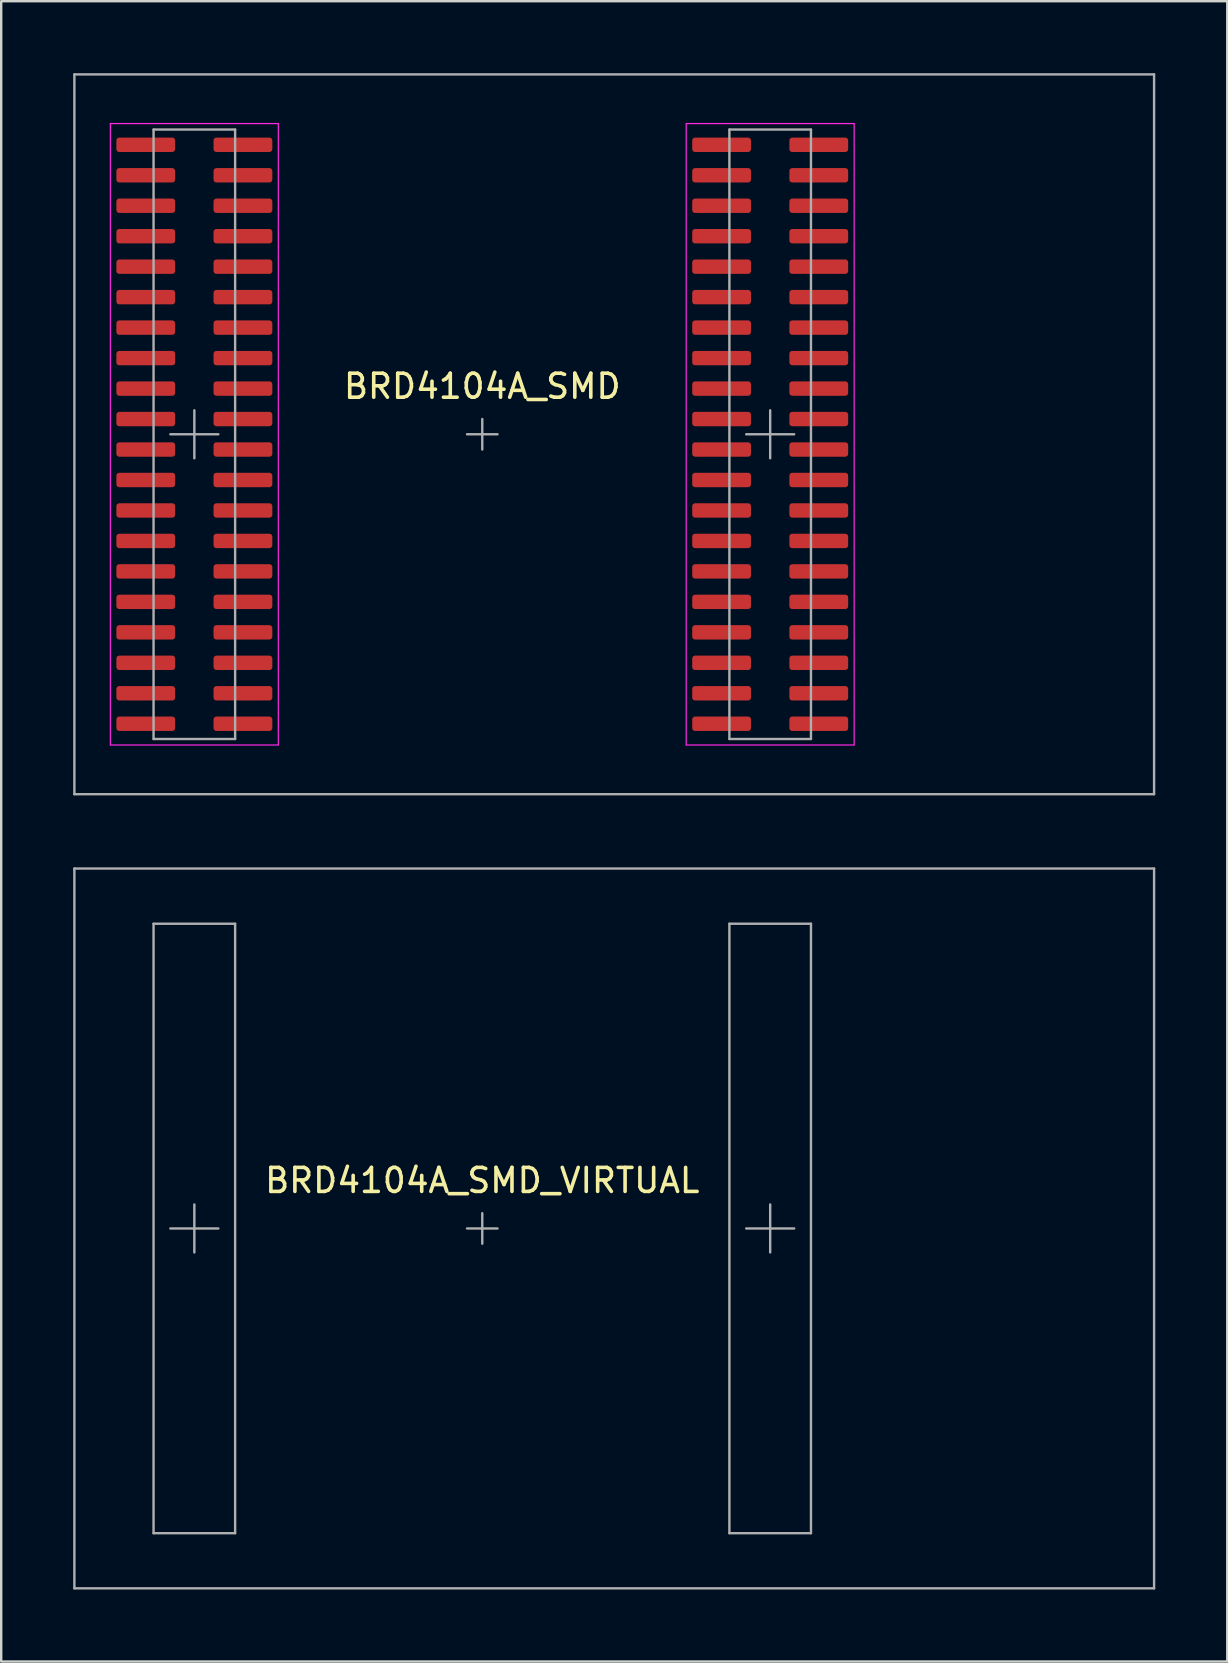
<source format=kicad_pcb>
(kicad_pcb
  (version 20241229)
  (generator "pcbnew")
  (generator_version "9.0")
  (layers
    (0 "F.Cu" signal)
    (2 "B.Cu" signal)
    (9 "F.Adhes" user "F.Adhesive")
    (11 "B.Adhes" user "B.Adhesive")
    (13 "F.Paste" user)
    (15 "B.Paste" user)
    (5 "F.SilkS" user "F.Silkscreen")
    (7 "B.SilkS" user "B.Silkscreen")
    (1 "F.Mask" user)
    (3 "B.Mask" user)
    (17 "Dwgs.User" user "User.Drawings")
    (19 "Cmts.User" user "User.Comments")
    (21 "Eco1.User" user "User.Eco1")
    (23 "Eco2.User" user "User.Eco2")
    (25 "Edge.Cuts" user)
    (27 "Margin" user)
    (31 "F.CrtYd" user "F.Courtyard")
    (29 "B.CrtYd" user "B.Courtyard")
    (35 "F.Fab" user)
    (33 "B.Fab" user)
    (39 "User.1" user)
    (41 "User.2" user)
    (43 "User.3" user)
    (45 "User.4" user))
  (footprint "BRD4104A_SMD"
    (layer "F.Cu")
    (at 17.05 15.05)
    (property "Reference" "BRD4104A_SMD" (at 0 -2 0) (layer "F.SilkS") (effects (font (size 1 1) (thickness 0.15))))
    (attr smd)
    (fp_line (start -15.5 -12.95) (end -15.5 12.95) (stroke (width 0.05) (type solid)) (layer "F.CrtYd"))
    (fp_line (start -15.5 12.95) (end -8.5 12.95) (stroke (width 0.05) (type solid)) (layer "F.CrtYd"))
    (fp_line (start -8.5 -12.95) (end -15.5 -12.95) (stroke (width 0.05) (type solid)) (layer "F.CrtYd"))
    (fp_line (start -8.5 12.95) (end -8.5 -12.95) (stroke (width 0.05) (type solid)) (layer "F.CrtYd"))
    (fp_line (start 8.5 -12.95) (end 8.5 12.95) (stroke (width 0.05) (type solid)) (layer "F.CrtYd"))
    (fp_line (start 8.5 12.95) (end 15.5 12.95) (stroke (width 0.05) (type solid)) (layer "F.CrtYd"))
    (fp_line (start 15.5 -12.95) (end 8.5 -12.95) (stroke (width 0.05) (type solid)) (layer "F.CrtYd"))
    (fp_line (start 15.5 12.95) (end 15.5 -12.95) (stroke (width 0.05) (type solid)) (layer "F.CrtYd"))
    (fp_line (start -17 -15) (end -17 15) (stroke (width 0.1) (type solid)) (layer "F.Fab"))
    (fp_line (start -17 15) (end 28 15) (stroke (width 0.1) (type solid)) (layer "F.Fab"))
    (fp_line (start -13.7 -12.7) (end -13.7 12.7) (stroke (width 0.1) (type solid)) (layer "F.Fab"))
    (fp_line (start -13.7 12.7) (end -10.3 12.7) (stroke (width 0.1) (type solid)) (layer "F.Fab"))
    (fp_line (start -13 0) (end -11 0) (stroke (width 0.1) (type solid)) (layer "F.Fab"))
    (fp_line (start -12 -1) (end -12 1) (stroke (width 0.1) (type solid)) (layer "F.Fab"))
    (fp_line (start -10.3 -12.7) (end -13.7 -12.7) (stroke (width 0.1) (type solid)) (layer "F.Fab"))
    (fp_line (start -10.3 12.7) (end -10.3 -12.7) (stroke (width 0.1) (type solid)) (layer "F.Fab"))
    (fp_line (start -0.635 0) (end 0.635 0) (stroke (width 0.1) (type solid)) (layer "F.Fab"))
    (fp_line (start 0 -0.635) (end 0 0.635) (stroke (width 0.1) (type solid)) (layer "F.Fab"))
    (fp_line (start 10.3 -12.7) (end 10.3 12.7) (stroke (width 0.1) (type solid)) (layer "F.Fab"))
    (fp_line (start 10.3 12.7) (end 13.7 12.7) (stroke (width 0.1) (type solid)) (layer "F.Fab"))
    (fp_line (start 11 0) (end 13 0) (stroke (width 0.1) (type solid)) (layer "F.Fab"))
    (fp_line (start 12 -1) (end 12 1) (stroke (width 0.1) (type solid)) (layer "F.Fab"))
    (fp_line (start 13.7 -12.7) (end 10.3 -12.7) (stroke (width 0.1) (type solid)) (layer "F.Fab"))
    (fp_line (start 13.7 12.7) (end 13.7 -12.7) (stroke (width 0.1) (type solid)) (layer "F.Fab"))
    (fp_line (start 28 -15) (end -17 -15) (stroke (width 0.1) (type solid)) (layer "F.Fab"))
    (fp_line (start 28 15) (end 28 -15) (stroke (width 0.1) (type solid)) (layer "F.Fab"))
    (pad "P200-1" smd roundrect (at 9.975 -12.065) (size 2.45 0.6) (layers "F.Cu" "F.Mask" "F.Paste") (roundrect_rratio 0.2))
    (pad "P200-2" smd roundrect (at 14.025 -12.065) (size 2.45 0.6) (layers "F.Cu" "F.Mask" "F.Paste") (roundrect_rratio 0.2))
    (pad "P200-3" smd roundrect (at 9.975 -10.795) (size 2.45 0.6) (layers "F.Cu" "F.Mask" "F.Paste") (roundrect_rratio 0.2))
    (pad "P200-4" smd roundrect (at 14.025 -10.795) (size 2.45 0.6) (layers "F.Cu" "F.Mask" "F.Paste") (roundrect_rratio 0.2))
    (pad "P200-5" smd roundrect (at 9.975 -9.525) (size 2.45 0.6) (layers "F.Cu" "F.Mask" "F.Paste") (roundrect_rratio 0.2))
    (pad "P200-6" smd roundrect (at 14.025 -9.525) (size 2.45 0.6) (layers "F.Cu" "F.Mask" "F.Paste") (roundrect_rratio 0.2))
    (pad "P200-7" smd roundrect (at 9.975 -8.255) (size 2.45 0.6) (layers "F.Cu" "F.Mask" "F.Paste") (roundrect_rratio 0.2))
    (pad "P200-8" smd roundrect (at 14.025 -8.255) (size 2.45 0.6) (layers "F.Cu" "F.Mask" "F.Paste") (roundrect_rratio 0.2))
    (pad "P200-9" smd roundrect (at 9.975 -6.985) (size 2.45 0.6) (layers "F.Cu" "F.Mask" "F.Paste") (roundrect_rratio 0.2))
    (pad "P200-10" smd roundrect (at 14.025 -6.985) (size 2.45 0.6) (layers "F.Cu" "F.Mask" "F.Paste") (roundrect_rratio 0.2))
    (pad "P200-11" smd roundrect (at 9.975 -5.715) (size 2.45 0.6) (layers "F.Cu" "F.Mask" "F.Paste") (roundrect_rratio 0.2))
    (pad "P200-12" smd roundrect (at 14.025 -5.715) (size 2.45 0.6) (layers "F.Cu" "F.Mask" "F.Paste") (roundrect_rratio 0.2))
    (pad "P200-13" smd roundrect (at 9.975 -4.445) (size 2.45 0.6) (layers "F.Cu" "F.Mask" "F.Paste") (roundrect_rratio 0.2))
    (pad "P200-14" smd roundrect (at 14.025 -4.445) (size 2.45 0.6) (layers "F.Cu" "F.Mask" "F.Paste") (roundrect_rratio 0.2))
    (pad "P200-15" smd roundrect (at 9.975 -3.175) (size 2.45 0.6) (layers "F.Cu" "F.Mask" "F.Paste") (roundrect_rratio 0.2))
    (pad "P200-16" smd roundrect (at 14.025 -3.175) (size 2.45 0.6) (layers "F.Cu" "F.Mask" "F.Paste") (roundrect_rratio 0.2))
    (pad "P200-17" smd roundrect (at 9.975 -1.905) (size 2.45 0.6) (layers "F.Cu" "F.Mask" "F.Paste") (roundrect_rratio 0.2))
    (pad "P200-18" smd roundrect (at 14.025 -1.905) (size 2.45 0.6) (layers "F.Cu" "F.Mask" "F.Paste") (roundrect_rratio 0.2))
    (pad "P200-19" smd roundrect (at 9.975 -0.635) (size 2.45 0.6) (layers "F.Cu" "F.Mask" "F.Paste") (roundrect_rratio 0.2))
    (pad "P200-20" smd roundrect (at 14.025 -0.635) (size 2.45 0.6) (layers "F.Cu" "F.Mask" "F.Paste") (roundrect_rratio 0.2))
    (pad "P200-21" smd roundrect (at 9.975 0.635) (size 2.45 0.6) (layers "F.Cu" "F.Mask" "F.Paste") (roundrect_rratio 0.2))
    (pad "P200-22" smd roundrect (at 14.025 0.635) (size 2.45 0.6) (layers "F.Cu" "F.Mask" "F.Paste") (roundrect_rratio 0.2))
    (pad "P200-23" smd roundrect (at 9.975 1.905) (size 2.45 0.6) (layers "F.Cu" "F.Mask" "F.Paste") (roundrect_rratio 0.2))
    (pad "P200-24" smd roundrect (at 14.025 1.905) (size 2.45 0.6) (layers "F.Cu" "F.Mask" "F.Paste") (roundrect_rratio 0.2))
    (pad "P200-25" smd roundrect (at 9.975 3.175) (size 2.45 0.6) (layers "F.Cu" "F.Mask" "F.Paste") (roundrect_rratio 0.2))
    (pad "P200-26" smd roundrect (at 14.025 3.175) (size 2.45 0.6) (layers "F.Cu" "F.Mask" "F.Paste") (roundrect_rratio 0.2))
    (pad "P200-27" smd roundrect (at 9.975 4.445) (size 2.45 0.6) (layers "F.Cu" "F.Mask" "F.Paste") (roundrect_rratio 0.2))
    (pad "P200-28" smd roundrect (at 14.025 4.445) (size 2.45 0.6) (layers "F.Cu" "F.Mask" "F.Paste") (roundrect_rratio 0.2))
    (pad "P200-29" smd roundrect (at 9.975 5.715) (size 2.45 0.6) (layers "F.Cu" "F.Mask" "F.Paste") (roundrect_rratio 0.2))
    (pad "P200-30" smd roundrect (at 14.025 5.715) (size 2.45 0.6) (layers "F.Cu" "F.Mask" "F.Paste") (roundrect_rratio 0.2))
    (pad "P200-31" smd roundrect (at 9.975 6.985) (size 2.45 0.6) (layers "F.Cu" "F.Mask" "F.Paste") (roundrect_rratio 0.2))
    (pad "P200-32" smd roundrect (at 14.025 6.985) (size 2.45 0.6) (layers "F.Cu" "F.Mask" "F.Paste") (roundrect_rratio 0.2))
    (pad "P200-33" smd roundrect (at 9.975 8.255) (size 2.45 0.6) (layers "F.Cu" "F.Mask" "F.Paste") (roundrect_rratio 0.2))
    (pad "P200-34" smd roundrect (at 14.025 8.255) (size 2.45 0.6) (layers "F.Cu" "F.Mask" "F.Paste") (roundrect_rratio 0.2))
    (pad "P200-35" smd roundrect (at 9.975 9.525) (size 2.45 0.6) (layers "F.Cu" "F.Mask" "F.Paste") (roundrect_rratio 0.2))
    (pad "P200-36" smd roundrect (at 14.025 9.525) (size 2.45 0.6) (layers "F.Cu" "F.Mask" "F.Paste") (roundrect_rratio 0.2))
    (pad "P200-37" smd roundrect (at 9.975 10.795) (size 2.45 0.6) (layers "F.Cu" "F.Mask" "F.Paste") (roundrect_rratio 0.2))
    (pad "P200-38" smd roundrect (at 14.025 10.795) (size 2.45 0.6) (layers "F.Cu" "F.Mask" "F.Paste") (roundrect_rratio 0.2))
    (pad "P200-39" smd roundrect (at 9.975 12.065) (size 2.45 0.6) (layers "F.Cu" "F.Mask" "F.Paste") (roundrect_rratio 0.2))
    (pad "P200-40" smd roundrect (at 14.025 12.065) (size 2.45 0.6) (layers "F.Cu" "F.Mask" "F.Paste") (roundrect_rratio 0.2))
    (pad "P201-1" smd roundrect (at -14.025 -12.065) (size 2.45 0.6) (layers "F.Cu" "F.Mask" "F.Paste") (roundrect_rratio 0.2))
    (pad "P201-2" smd roundrect (at -9.975 -12.065) (size 2.45 0.6) (layers "F.Cu" "F.Mask" "F.Paste") (roundrect_rratio 0.2))
    (pad "P201-3" smd roundrect (at -14.025 -10.795) (size 2.45 0.6) (layers "F.Cu" "F.Mask" "F.Paste") (roundrect_rratio 0.2))
    (pad "P201-4" smd roundrect (at -9.975 -10.795) (size 2.45 0.6) (layers "F.Cu" "F.Mask" "F.Paste") (roundrect_rratio 0.2))
    (pad "P201-5" smd roundrect (at -14.025 -9.525) (size 2.45 0.6) (layers "F.Cu" "F.Mask" "F.Paste") (roundrect_rratio 0.2))
    (pad "P201-6" smd roundrect (at -9.975 -9.525) (size 2.45 0.6) (layers "F.Cu" "F.Mask" "F.Paste") (roundrect_rratio 0.2))
    (pad "P201-7" smd roundrect (at -14.025 -8.255) (size 2.45 0.6) (layers "F.Cu" "F.Mask" "F.Paste") (roundrect_rratio 0.2))
    (pad "P201-8" smd roundrect (at -9.975 -8.255) (size 2.45 0.6) (layers "F.Cu" "F.Mask" "F.Paste") (roundrect_rratio 0.2))
    (pad "P201-9" smd roundrect (at -14.025 -6.985) (size 2.45 0.6) (layers "F.Cu" "F.Mask" "F.Paste") (roundrect_rratio 0.2))
    (pad "P201-10" smd roundrect (at -9.975 -6.985) (size 2.45 0.6) (layers "F.Cu" "F.Mask" "F.Paste") (roundrect_rratio 0.2))
    (pad "P201-11" smd roundrect (at -14.025 -5.715) (size 2.45 0.6) (layers "F.Cu" "F.Mask" "F.Paste") (roundrect_rratio 0.2))
    (pad "P201-12" smd roundrect (at -9.975 -5.715) (size 2.45 0.6) (layers "F.Cu" "F.Mask" "F.Paste") (roundrect_rratio 0.2))
    (pad "P201-13" smd roundrect (at -14.025 -4.445) (size 2.45 0.6) (layers "F.Cu" "F.Mask" "F.Paste") (roundrect_rratio 0.2))
    (pad "P201-14" smd roundrect (at -9.975 -4.445) (size 2.45 0.6) (layers "F.Cu" "F.Mask" "F.Paste") (roundrect_rratio 0.2))
    (pad "P201-15" smd roundrect (at -14.025 -3.175) (size 2.45 0.6) (layers "F.Cu" "F.Mask" "F.Paste") (roundrect_rratio 0.2))
    (pad "P201-16" smd roundrect (at -9.975 -3.175) (size 2.45 0.6) (layers "F.Cu" "F.Mask" "F.Paste") (roundrect_rratio 0.2))
    (pad "P201-17" smd roundrect (at -14.025 -1.905) (size 2.45 0.6) (layers "F.Cu" "F.Mask" "F.Paste") (roundrect_rratio 0.2))
    (pad "P201-18" smd roundrect (at -9.975 -1.905) (size 2.45 0.6) (layers "F.Cu" "F.Mask" "F.Paste") (roundrect_rratio 0.2))
    (pad "P201-19" smd roundrect (at -14.025 -0.635) (size 2.45 0.6) (layers "F.Cu" "F.Mask" "F.Paste") (roundrect_rratio 0.2))
    (pad "P201-20" smd roundrect (at -9.975 -0.635) (size 2.45 0.6) (layers "F.Cu" "F.Mask" "F.Paste") (roundrect_rratio 0.2))
    (pad "P201-21" smd roundrect (at -14.025 0.635) (size 2.45 0.6) (layers "F.Cu" "F.Mask" "F.Paste") (roundrect_rratio 0.2))
    (pad "P201-22" smd roundrect (at -9.975 0.635) (size 2.45 0.6) (layers "F.Cu" "F.Mask" "F.Paste") (roundrect_rratio 0.2))
    (pad "P201-23" smd roundrect (at -14.025 1.905) (size 2.45 0.6) (layers "F.Cu" "F.Mask" "F.Paste") (roundrect_rratio 0.2))
    (pad "P201-24" smd roundrect (at -9.975 1.905) (size 2.45 0.6) (layers "F.Cu" "F.Mask" "F.Paste") (roundrect_rratio 0.2))
    (pad "P201-25" smd roundrect (at -14.025 3.175) (size 2.45 0.6) (layers "F.Cu" "F.Mask" "F.Paste") (roundrect_rratio 0.2))
    (pad "P201-26" smd roundrect (at -9.975 3.175) (size 2.45 0.6) (layers "F.Cu" "F.Mask" "F.Paste") (roundrect_rratio 0.2))
    (pad "P201-27" smd roundrect (at -14.025 4.445) (size 2.45 0.6) (layers "F.Cu" "F.Mask" "F.Paste") (roundrect_rratio 0.2))
    (pad "P201-28" smd roundrect (at -9.975 4.445) (size 2.45 0.6) (layers "F.Cu" "F.Mask" "F.Paste") (roundrect_rratio 0.2))
    (pad "P201-29" smd roundrect (at -14.025 5.715) (size 2.45 0.6) (layers "F.Cu" "F.Mask" "F.Paste") (roundrect_rratio 0.2))
    (pad "P201-30" smd roundrect (at -9.975 5.715) (size 2.45 0.6) (layers "F.Cu" "F.Mask" "F.Paste") (roundrect_rratio 0.2))
    (pad "P201-31" smd roundrect (at -14.025 6.985) (size 2.45 0.6) (layers "F.Cu" "F.Mask" "F.Paste") (roundrect_rratio 0.2))
    (pad "P201-32" smd roundrect (at -9.975 6.985) (size 2.45 0.6) (layers "F.Cu" "F.Mask" "F.Paste") (roundrect_rratio 0.2))
    (pad "P201-33" smd roundrect (at -14.025 8.255) (size 2.45 0.6) (layers "F.Cu" "F.Mask" "F.Paste") (roundrect_rratio 0.2))
    (pad "P201-34" smd roundrect (at -9.975 8.255) (size 2.45 0.6) (layers "F.Cu" "F.Mask" "F.Paste") (roundrect_rratio 0.2))
    (pad "P201-35" smd roundrect (at -14.025 9.525) (size 2.45 0.6) (layers "F.Cu" "F.Mask" "F.Paste") (roundrect_rratio 0.2))
    (pad "P201-36" smd roundrect (at -9.975 9.525) (size 2.45 0.6) (layers "F.Cu" "F.Mask" "F.Paste") (roundrect_rratio 0.2))
    (pad "P201-37" smd roundrect (at -14.025 10.795) (size 2.45 0.6) (layers "F.Cu" "F.Mask" "F.Paste") (roundrect_rratio 0.2))
    (pad "P201-38" smd roundrect (at -9.975 10.795) (size 2.45 0.6) (layers "F.Cu" "F.Mask" "F.Paste") (roundrect_rratio 0.2))
    (pad "P201-39" smd roundrect (at -14.025 12.065) (size 2.45 0.6) (layers "F.Cu" "F.Mask" "F.Paste") (roundrect_rratio 0.2))
    (pad "P201-40" smd roundrect (at -9.975 12.065) (size 2.45 0.6) (layers "F.Cu" "F.Mask" "F.Paste") (roundrect_rratio 0.2)))
  (footprint "BRD4104A_SMD_VIRTUAL"
    (layer "F.Cu")
    (at 17.05 48.15)
    (property "Reference" "BRD4104A_SMD_VIRTUAL" (at 0 -2 0) (layer "F.SilkS") (effects (font (size 1 1) (thickness 0.15))))
    (attr exclude_from_pos_files exclude_from_bom)
    (fp_line (start -17 -15) (end -17 15) (stroke (width 0.1) (type solid)) (layer "F.Fab"))
    (fp_line (start -17 15) (end 28 15) (stroke (width 0.1) (type solid)) (layer "F.Fab"))
    (fp_line (start -13.7 -12.7) (end -13.7 12.7) (stroke (width 0.1) (type solid)) (layer "F.Fab"))
    (fp_line (start -13.7 12.7) (end -10.3 12.7) (stroke (width 0.1) (type solid)) (layer "F.Fab"))
    (fp_line (start -13 0) (end -11 0) (stroke (width 0.1) (type solid)) (layer "F.Fab"))
    (fp_line (start -12 -1) (end -12 1) (stroke (width 0.1) (type solid)) (layer "F.Fab"))
    (fp_line (start -10.3 -12.7) (end -13.7 -12.7) (stroke (width 0.1) (type solid)) (layer "F.Fab"))
    (fp_line (start -10.3 12.7) (end -10.3 -12.7) (stroke (width 0.1) (type solid)) (layer "F.Fab"))
    (fp_line (start -0.635 0) (end 0.635 0) (stroke (width 0.1) (type solid)) (layer "F.Fab"))
    (fp_line (start 0 -0.635) (end 0 0.635) (stroke (width 0.1) (type solid)) (layer "F.Fab"))
    (fp_line (start 10.3 -12.7) (end 10.3 12.7) (stroke (width 0.1) (type solid)) (layer "F.Fab"))
    (fp_line (start 10.3 12.7) (end 13.7 12.7) (stroke (width 0.1) (type solid)) (layer "F.Fab"))
    (fp_line (start 11 0) (end 13 0) (stroke (width 0.1) (type solid)) (layer "F.Fab"))
    (fp_line (start 12 -1) (end 12 1) (stroke (width 0.1) (type solid)) (layer "F.Fab"))
    (fp_line (start 13.7 -12.7) (end 10.3 -12.7) (stroke (width 0.1) (type solid)) (layer "F.Fab"))
    (fp_line (start 13.7 12.7) (end 13.7 -12.7) (stroke (width 0.1) (type solid)) (layer "F.Fab"))
    (fp_line (start 28 -15) (end -17 -15) (stroke (width 0.1) (type solid)) (layer "F.Fab"))
    (fp_line (start 28 15) (end 28 -15) (stroke (width 0.1) (type solid)) (layer "F.Fab")))
  (gr_rect
    (start -3 -3)
    (end 48.1 66.2)
    (stroke (width 0.1) (type default))
    (fill no)
    (layer "Edge.Cuts")))
</source>
